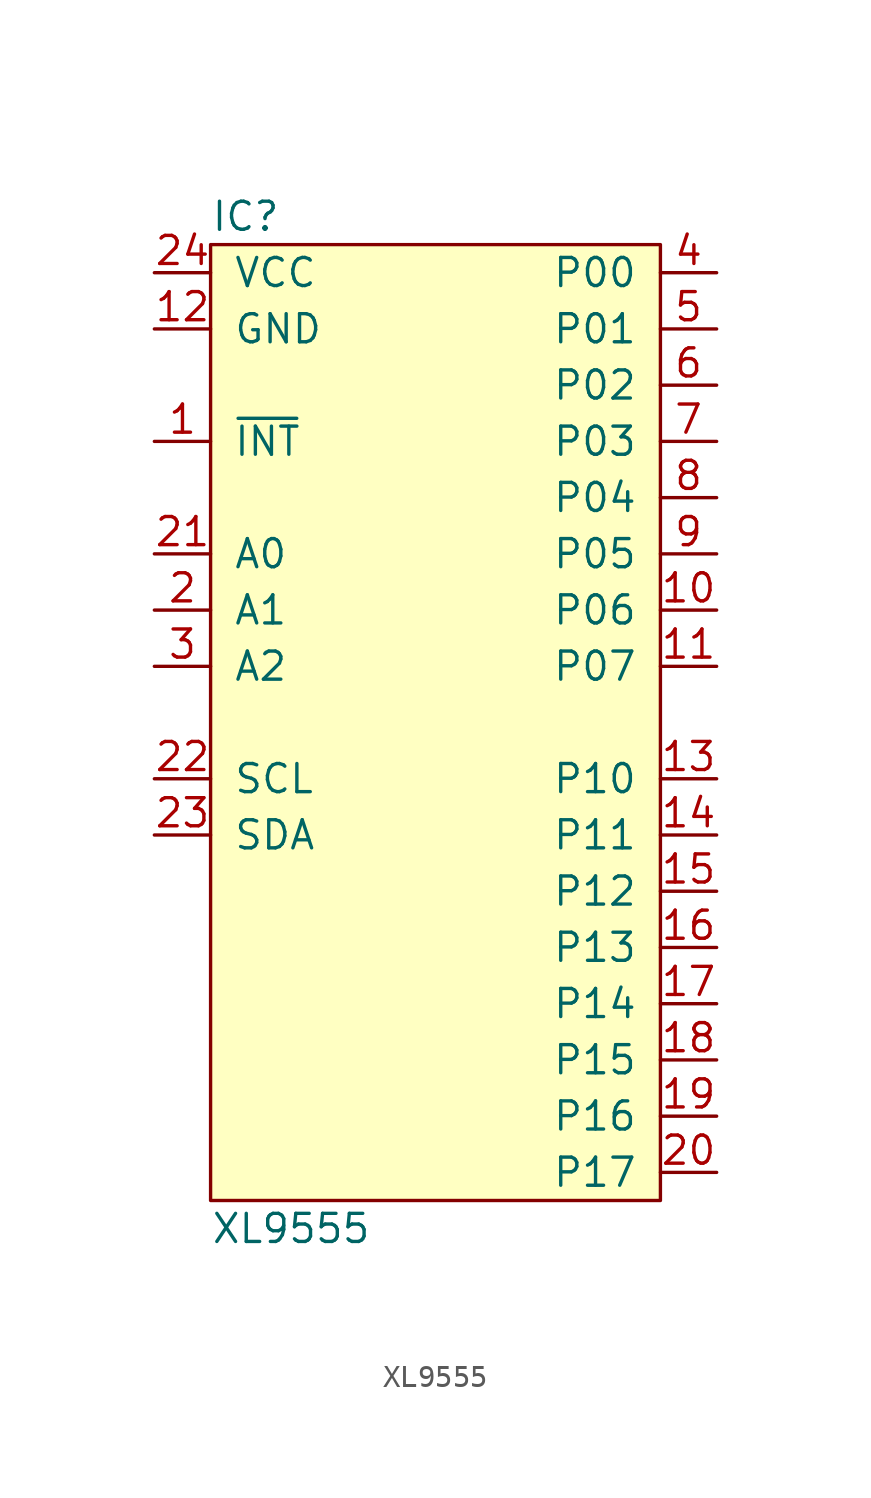
<source format=kicad_sym>
(kicad_symbol_lib
  (version 20211014)
  (generator agg_kicad.build_lib_ic)
  (symbol "XL9555"
    (pin_names
      (offset 1.016))
    (property Reference IC
      (at -10.16 22.86 0)
      (effects (font (size 1.27 1.27)) (justify left)))
    (property Value "XL9555"
      (at -10.16 -22.86 0)
      (effects (font (size 1.27 1.27)) (justify left)))
    (symbol "XL9555_0_0"
      (rectangle (start -10.16 21.59) (end 10.16 -21.59) (stroke (width 0) (type default) (color 0 0 0 0)) (fill (type background)))
      (pin power_in line (at -12.7 20.32 0) (length 2.54) (name VCC (effects (font (size 1.27 1.27)))) (number "24" (effects (font (size 1.27 1.27)))))
      (pin power_in line (at -12.7 17.78 0) (length 2.54) (name GND (effects (font (size 1.27 1.27)))) (number "12" (effects (font (size 1.27 1.27)))))
      (pin open_collector line (at -12.7 12.7 0) (length 2.54) (name "~{INT}" (effects (font (size 1.27 1.27)))) (number "1" (effects (font (size 1.27 1.27)))))
      (pin input line (at -12.7 7.62 0) (length 2.54) (name "A0" (effects (font (size 1.27 1.27)))) (number "21" (effects (font (size 1.27 1.27)))))
      (pin input line (at -12.7 5.08 0) (length 2.54) (name "A1" (effects (font (size 1.27 1.27)))) (number "2" (effects (font (size 1.27 1.27)))))
      (pin input line (at -12.7 2.54 0) (length 2.54) (name "A2" (effects (font (size 1.27 1.27)))) (number "3" (effects (font (size 1.27 1.27)))))
      (pin open_collector line (at -12.7 -2.54 0) (length 2.54) (name SCL (effects (font (size 1.27 1.27)))) (number "22" (effects (font (size 1.27 1.27)))))
      (pin open_collector line (at -12.7 -5.08 0) (length 2.54) (name SDA (effects (font (size 1.27 1.27)))) (number "23" (effects (font (size 1.27 1.27)))))
      (pin bidirectional line (at 12.7 20.32 180) (length 2.54) (name "P00" (effects (font (size 1.27 1.27)))) (number "4" (effects (font (size 1.27 1.27)))))
      (pin bidirectional line (at 12.7 17.78 180) (length 2.54) (name "P01" (effects (font (size 1.27 1.27)))) (number "5" (effects (font (size 1.27 1.27)))))
      (pin bidirectional line (at 12.7 15.24 180) (length 2.54) (name "P02" (effects (font (size 1.27 1.27)))) (number "6" (effects (font (size 1.27 1.27)))))
      (pin bidirectional line (at 12.7 12.7 180) (length 2.54) (name "P03" (effects (font (size 1.27 1.27)))) (number "7" (effects (font (size 1.27 1.27)))))
      (pin bidirectional line (at 12.7 10.16 180) (length 2.54) (name "P04" (effects (font (size 1.27 1.27)))) (number "8" (effects (font (size 1.27 1.27)))))
      (pin bidirectional line (at 12.7 7.62 180) (length 2.54) (name "P05" (effects (font (size 1.27 1.27)))) (number "9" (effects (font (size 1.27 1.27)))))
      (pin bidirectional line (at 12.7 5.08 180) (length 2.54) (name "P06" (effects (font (size 1.27 1.27)))) (number "10" (effects (font (size 1.27 1.27)))))
      (pin bidirectional line (at 12.7 2.54 180) (length 2.54) (name "P07" (effects (font (size 1.27 1.27)))) (number "11" (effects (font (size 1.27 1.27)))))
      (pin bidirectional line (at 12.7 -2.54 180) (length 2.54) (name "P10" (effects (font (size 1.27 1.27)))) (number "13" (effects (font (size 1.27 1.27)))))
      (pin bidirectional line (at 12.7 -5.08 180) (length 2.54) (name "P11" (effects (font (size 1.27 1.27)))) (number "14" (effects (font (size 1.27 1.27)))))
      (pin bidirectional line (at 12.7 -7.62 180) (length 2.54) (name "P12" (effects (font (size 1.27 1.27)))) (number "15" (effects (font (size 1.27 1.27)))))
      (pin bidirectional line (at 12.7 -10.16 180) (length 2.54) (name "P13" (effects (font (size 1.27 1.27)))) (number "16" (effects (font (size 1.27 1.27)))))
      (pin bidirectional line (at 12.7 -12.7 180) (length 2.54) (name "P14" (effects (font (size 1.27 1.27)))) (number "17" (effects (font (size 1.27 1.27)))))
      (pin bidirectional line (at 12.7 -15.24 180) (length 2.54) (name "P15" (effects (font (size 1.27 1.27)))) (number "18" (effects (font (size 1.27 1.27)))))
      (pin bidirectional line (at 12.7 -17.78 180) (length 2.54) (name "P16" (effects (font (size 1.27 1.27)))) (number "19" (effects (font (size 1.27 1.27)))))
      (pin bidirectional line (at 12.7 -20.32 180) (length 2.54) (name "P17" (effects (font (size 1.27 1.27)))) (number "20" (effects (font (size 1.27 1.27))))))))
</source>
